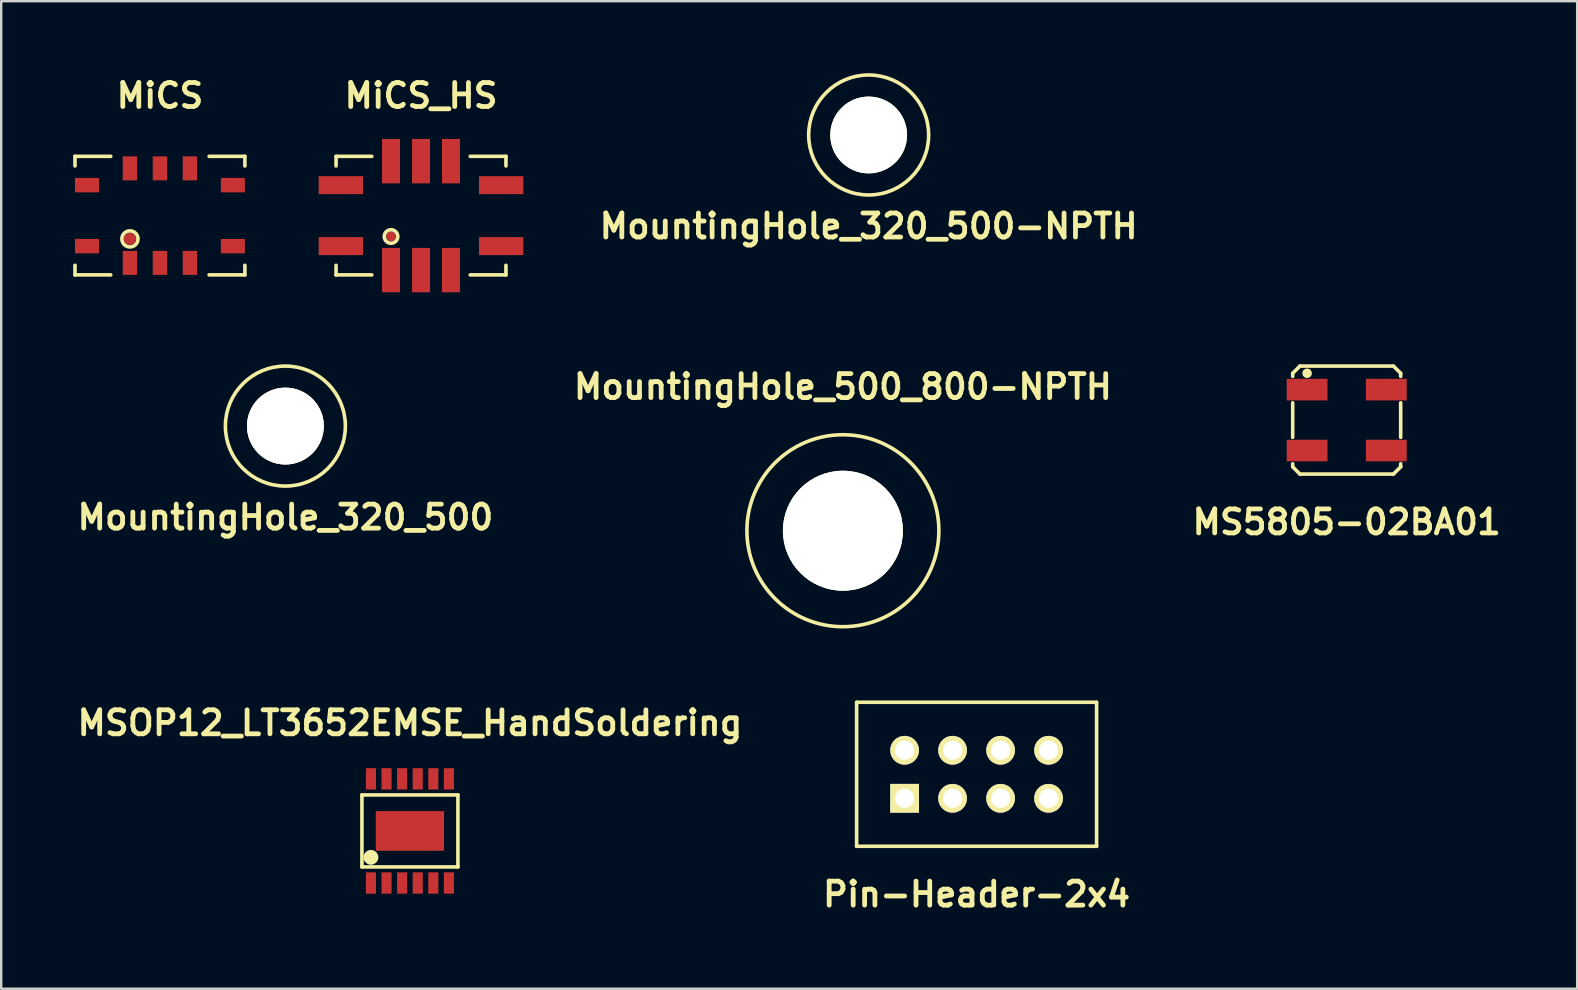
<source format=kicad_pcb>
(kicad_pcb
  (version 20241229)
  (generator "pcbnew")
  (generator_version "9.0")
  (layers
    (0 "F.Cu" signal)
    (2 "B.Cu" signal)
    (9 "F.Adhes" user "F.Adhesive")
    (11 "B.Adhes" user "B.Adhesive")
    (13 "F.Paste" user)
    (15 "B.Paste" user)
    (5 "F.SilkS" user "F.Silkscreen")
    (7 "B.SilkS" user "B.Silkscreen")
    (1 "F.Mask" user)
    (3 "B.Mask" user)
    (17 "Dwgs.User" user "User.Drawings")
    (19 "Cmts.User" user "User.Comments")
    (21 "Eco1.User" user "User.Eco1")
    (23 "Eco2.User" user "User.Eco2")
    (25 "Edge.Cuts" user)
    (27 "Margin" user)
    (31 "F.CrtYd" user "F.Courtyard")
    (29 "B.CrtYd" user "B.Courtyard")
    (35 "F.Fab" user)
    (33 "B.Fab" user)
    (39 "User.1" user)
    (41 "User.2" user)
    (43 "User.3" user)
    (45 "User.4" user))
  (footprint "MountingHole_320_500"
    (layer "F.Cu")
    (at 8.843 14.706)
    (property "Reference" "MountingHole_320_500" (at 0 3.8 0) (layer "F.SilkS") (effects (font (size 1 1) (thickness 0.2))))
    (attr through_hole)
    (fp_circle (center 0 0) (end 2.5 0) (stroke (width 0.15) (type solid)) (fill no) (layer "F.SilkS"))
    (pad "1" thru_hole circle (at 0 0) (size 3.2 3.2) (drill 3.2) (layers "*.Cu" "*.Mask" "F.SilkS")))
  (footprint "MountingHole_500_800-NPTH"
    (layer "F.Cu")
    (at 32.076 19.067)
    (property "Reference" "MountingHole_500_800-NPTH" (at 0 -6 0) (layer "F.SilkS") (effects (font (size 1 1) (thickness 0.2))))
    (attr through_hole)
    (fp_circle (center 0 0) (end 4 0) (stroke (width 0.15) (type solid)) (fill no) (layer "F.SilkS"))
    (pad "" np_thru_hole circle (at 0 0) (size 5 5) (drill 5) (layers "*.Cu" "*.Mask" "F.SilkS")))
  (footprint "Pin-Header-2x4"
    (layer "F.Cu")
    (at 37.648 29.217)
    (property "Reference" "Pin-Header-2x4" (at 0 5 0) (layer "F.SilkS") (effects (font (size 1 1) (thickness 0.2))))
    (attr through_hole)
    (fp_line (start -5.002 -3) (end 5.001 -3) (stroke (width 0.15) (type solid)) (layer "F.SilkS"))
    (fp_line (start -5.002 3) (end 5.001 3) (stroke (width 0.15) (type solid)) (layer "F.SilkS"))
    (fp_line (start -4.999 -3) (end -4.999 3) (stroke (width 0.15) (type solid)) (layer "F.SilkS"))
    (fp_line (start 5.001 -3) (end 5.001 3) (stroke (width 0.15) (type solid)) (layer "F.SilkS"))
    (pad "1" thru_hole rect (at -3 1.001) (size 1.2 1.2) (drill 0.8) (layers "*.Cu" "*.Mask" "F.SilkS"))
    (pad "2" thru_hole circle (at -3 -1.001) (size 1.2 1.2) (drill 0.8) (layers "*.Cu" "*.Mask" "F.SilkS"))
    (pad "3" thru_hole circle (at -1.001 1.001) (size 1.2 1.2) (drill 0.8) (layers "*.Cu" "*.Mask" "F.SilkS"))
    (pad "4" thru_hole circle (at -1.001 -1.001) (size 1.2 1.2) (drill 0.8) (layers "*.Cu" "*.Mask" "F.SilkS"))
    (pad "5" thru_hole circle (at 1 1.001) (size 1.2 1.2) (drill 0.8) (layers "*.Cu" "*.Mask" "F.SilkS"))
    (pad "6" thru_hole circle (at 1 -1.001) (size 1.2 1.2) (drill 0.8) (layers "*.Cu" "*.Mask" "F.SilkS"))
    (pad "7" thru_hole circle (at 2.999 1.001) (size 1.2 1.2) (drill 0.8) (layers "*.Cu" "*.Mask" "F.SilkS"))
    (pad "8" thru_hole circle (at 2.999 -1.001) (size 1.2 1.2) (drill 0.8) (layers "*.Cu" "*.Mask" "F.SilkS")))
  (footprint "MiCS_HS"
    (layer "F.Cu")
    (at 14.495 5.936)
    (property "Reference" "MiCS_HS" (at 0 -5 0) (layer "F.SilkS") (effects (font (size 1 1) (thickness 0.2))))
    (attr through_hole)
    (fp_line (start -3.54 -2.47) (end -3.54 -2.07) (stroke (width 0.15) (type solid)) (layer "F.SilkS"))
    (fp_line (start -3.54 2.47) (end -3.54 2.07) (stroke (width 0.15) (type solid)) (layer "F.SilkS"))
    (fp_line (start -2.05 -2.47) (end -3.54 -2.47) (stroke (width 0.15) (type solid)) (layer "F.SilkS"))
    (fp_line (start -2.05 2.47) (end -3.54 2.47) (stroke (width 0.15) (type solid)) (layer "F.SilkS"))
    (fp_line (start 2.05 -2.47) (end 3.54 -2.47) (stroke (width 0.15) (type solid)) (layer "F.SilkS"))
    (fp_line (start 2.05 2.47) (end 3.54 2.47) (stroke (width 0.15) (type solid)) (layer "F.SilkS"))
    (fp_line (start 3.54 -2.47) (end 3.54 -2.07) (stroke (width 0.15) (type solid)) (layer "F.SilkS"))
    (fp_line (start 3.54 2.47) (end 3.54 2.07) (stroke (width 0.15) (type solid)) (layer "F.SilkS"))
    (fp_circle (center -1.25 0.87) (end -1 1) (stroke (width 0.15) (type solid)) (fill no) (layer "F.SilkS"))
    (pad "" smd circle (at -1.25 0.87) (size 0.4 0.4) (layers "F.Cu" "F.Mask" "F.Paste"))
    (pad "A" smd rect (at -1.25 2.27) (size 0.75 1.85) (layers "F.Cu" "F.Mask" "F.Paste"))
    (pad "B" smd rect (at 0 2.27) (size 0.75 1.85) (layers "F.Cu" "F.Mask" "F.Paste"))
    (pad "C" smd rect (at 1.25 2.27) (size 0.75 1.85) (layers "F.Cu" "F.Mask" "F.Paste"))
    (pad "D" smd rect (at 3.34 1.27) (size 1.85 0.75) (layers "F.Cu" "F.Mask" "F.Paste"))
    (pad "E" smd rect (at 3.34 -1.27) (size 1.85 0.75) (layers "F.Cu" "F.Mask" "F.Paste"))
    (pad "F" smd rect (at 1.25 -2.27) (size 0.75 1.85) (layers "F.Cu" "F.Mask" "F.Paste"))
    (pad "G" smd rect (at 0 -2.27) (size 0.75 1.85) (layers "F.Cu" "F.Mask" "F.Paste"))
    (pad "H" smd rect (at -1.25 -2.27) (size 0.75 1.85) (layers "F.Cu" "F.Mask" "F.Paste"))
    (pad "J" smd rect (at -3.34 -1.27) (size 1.85 0.75) (layers "F.Cu" "F.Mask" "F.Paste"))
    (pad "K" smd rect (at -3.34 1.27) (size 1.85 0.75) (layers "F.Cu" "F.Mask" "F.Paste")))
  (footprint "MiCS"
    (layer "F.Cu")
    (at 3.615 5.936)
    (property "Reference" "MiCS" (at 0 -5 0) (layer "F.SilkS") (effects (font (size 1 1) (thickness 0.2))))
    (attr through_hole)
    (fp_line (start -3.54 -2.47) (end -3.54 -2.07) (stroke (width 0.15) (type solid)) (layer "F.SilkS"))
    (fp_line (start -3.54 2.47) (end -3.54 2.07) (stroke (width 0.15) (type solid)) (layer "F.SilkS"))
    (fp_line (start -2.05 -2.47) (end -3.54 -2.47) (stroke (width 0.15) (type solid)) (layer "F.SilkS"))
    (fp_line (start -2.05 2.47) (end -3.54 2.47) (stroke (width 0.15) (type solid)) (layer "F.SilkS"))
    (fp_line (start 2.05 -2.47) (end 3.54 -2.47) (stroke (width 0.15) (type solid)) (layer "F.SilkS"))
    (fp_line (start 2.05 2.47) (end 3.54 2.47) (stroke (width 0.15) (type solid)) (layer "F.SilkS"))
    (fp_line (start 3.54 -2.47) (end 3.54 -2.07) (stroke (width 0.15) (type solid)) (layer "F.SilkS"))
    (fp_line (start 3.54 2.47) (end 3.54 2.07) (stroke (width 0.15) (type solid)) (layer "F.SilkS"))
    (fp_circle (center -1.25 0.97) (end -1.1 1.27) (stroke (width 0.15) (type solid)) (fill no) (layer "F.SilkS"))
    (pad "" smd circle (at -1.25 0.97) (size 0.5 0.5) (layers "F.Cu" "F.Mask" "F.Paste"))
    (pad "A" smd rect (at -1.25 1.97) (size 0.6 1) (layers "F.Cu" "F.Mask" "F.Paste"))
    (pad "B" smd rect (at 0 1.97) (size 0.6 1) (layers "F.Cu" "F.Mask" "F.Paste"))
    (pad "C" smd rect (at 1.25 1.97) (size 0.6 1) (layers "F.Cu" "F.Mask" "F.Paste"))
    (pad "D" smd rect (at 3.04 1.27) (size 1 0.6) (layers "F.Cu" "F.Mask" "F.Paste"))
    (pad "E" smd rect (at 3.04 -1.27) (size 1 0.6) (layers "F.Cu" "F.Mask" "F.Paste"))
    (pad "F" smd rect (at 1.25 -1.97) (size 0.6 1) (layers "F.Cu" "F.Mask" "F.Paste"))
    (pad "G" smd rect (at 0 -1.97) (size 0.6 1) (layers "F.Cu" "F.Mask" "F.Paste"))
    (pad "H" smd rect (at -1.25 -1.97) (size 0.6 1) (layers "F.Cu" "F.Mask" "F.Paste"))
    (pad "J" smd rect (at -3.04 -1.27) (size 1 0.6) (layers "F.Cu" "F.Mask" "F.Paste"))
    (pad "K" smd rect (at -3.04 1.27) (size 1 0.6) (layers "F.Cu" "F.Mask" "F.Paste")))
  (footprint "MSOP12_LT3652EMSE_HandSoldering"
    (layer "F.Cu")
    (at 14.033 31.578)
    (property "Reference" "MSOP12_LT3652EMSE_HandSoldering" (at 0 -4.5 0) (layer "F.SilkS") (effects (font (size 1 1) (thickness 0.2))))
    (attr through_hole)
    (fp_line (start -2 1.5) (end -2 -1.5) (stroke (width 0.15) (type solid)) (layer "F.SilkS"))
    (fp_line (start 2 -1.5) (end -2 -1.5) (stroke (width 0.15) (type solid)) (layer "F.SilkS"))
    (fp_line (start 2 -1.5) (end 2 1.5) (stroke (width 0.15) (type solid)) (layer "F.SilkS"))
    (fp_line (start 2 1.5) (end -2 1.5) (stroke (width 0.15) (type solid)) (layer "F.SilkS"))
    (fp_circle (center -1.625 1.1) (end -1.635 1.1) (stroke (width 0.3) (type solid)) (fill no) (layer "F.SilkS"))
    (pad "1" smd rect (at -1.625 2.17) (size 0.42 0.889) (layers "F.Cu" "F.Mask" "F.Paste"))
    (pad "2" smd rect (at -0.975 2.17) (size 0.42 0.889) (layers "F.Cu" "F.Mask" "F.Paste"))
    (pad "3" smd rect (at -0.325 2.17) (size 0.42 0.889) (layers "F.Cu" "F.Mask" "F.Paste"))
    (pad "4" smd rect (at 0.325 2.17) (size 0.42 0.889) (layers "F.Cu" "F.Mask" "F.Paste"))
    (pad "5" smd rect (at 0.975 2.17) (size 0.42 0.889) (layers "F.Cu" "F.Mask" "F.Paste"))
    (pad "6" smd rect (at 1.625 2.17) (size 0.42 0.889) (layers "F.Cu" "F.Mask" "F.Paste"))
    (pad "7" smd rect (at 1.625 -2.17) (size 0.42 0.889) (layers "F.Cu" "F.Mask" "F.Paste"))
    (pad "8" smd rect (at 0.975 -2.17) (size 0.42 0.889) (layers "F.Cu" "F.Mask" "F.Paste"))
    (pad "9" smd rect (at 0.325 -2.17) (size 0.42 0.889) (layers "F.Cu" "F.Mask" "F.Paste"))
    (pad "10" smd rect (at -0.325 -2.17) (size 0.42 0.889) (layers "F.Cu" "F.Mask" "F.Paste"))
    (pad "11" smd rect (at -0.975 -2.17) (size 0.42 0.889) (layers "F.Cu" "F.Mask" "F.Paste"))
    (pad "12" smd rect (at -1.625 -2.17) (size 0.42 0.889) (layers "F.Cu" "F.Mask" "F.Paste"))
    (pad "13" smd rect (at 0 0) (size 2.845 1.651) (layers "F.Cu" "F.Mask" "F.Paste")))
  (footprint "MountingHole_320_500-NPTH"
    (layer "F.Cu")
    (at 33.15 2.575)
    (property "Reference" "MountingHole_320_500-NPTH" (at 0 3.8 0) (layer "F.SilkS") (effects (font (size 1 1) (thickness 0.2))))
    (attr through_hole)
    (fp_circle (center 0 0) (end 2.5 0) (stroke (width 0.15) (type solid)) (fill no) (layer "F.SilkS"))
    (pad "" np_thru_hole circle (at 0 0) (size 3.2 3.2) (drill 3.2) (layers "*.Cu" "*.Mask" "F.SilkS")))
  (footprint "MS5805-02BA01"
    (layer "F.Cu")
    (at 53.071 14.456)
    (property "Reference" "MS5805-02BA01" (at 0 4.25 0) (layer "F.SilkS") (effects (font (size 1 1) (thickness 0.2))))
    (attr through_hole)
    (fp_line (start -2.25 -1.95) (end -2.25 -1.82) (stroke (width 0.15) (type solid)) (layer "F.SilkS"))
    (fp_line (start -2.25 -1.95) (end -1.95 -2.25) (stroke (width 0.15) (type solid)) (layer "F.SilkS"))
    (fp_line (start -2.25 -0.72) (end -2.25 0.72) (stroke (width 0.15) (type solid)) (layer "F.SilkS"))
    (fp_line (start -2.25 1.82) (end -2.25 1.95) (stroke (width 0.15) (type solid)) (layer "F.SilkS"))
    (fp_line (start -2.25 1.95) (end -1.95 2.25) (stroke (width 0.15) (type solid)) (layer "F.SilkS"))
    (fp_line (start -1.95 2.25) (end 1.95 2.25) (stroke (width 0.15) (type solid)) (layer "F.SilkS"))
    (fp_line (start 1.95 -2.25) (end -1.95 -2.25) (stroke (width 0.15) (type solid)) (layer "F.SilkS"))
    (fp_line (start 1.95 2.25) (end 2.25 1.95) (stroke (width 0.15) (type solid)) (layer "F.SilkS"))
    (fp_line (start 2.25 -1.95) (end 1.95 -2.25) (stroke (width 0.15) (type solid)) (layer "F.SilkS"))
    (fp_line (start 2.25 -1.95) (end 2.25 -1.82) (stroke (width 0.15) (type solid)) (layer "F.SilkS"))
    (fp_line (start 2.25 -0.72) (end 2.25 0.72) (stroke (width 0.15) (type solid)) (layer "F.SilkS"))
    (fp_line (start 2.25 1.82) (end 2.25 1.95) (stroke (width 0.15) (type solid)) (layer "F.SilkS"))
    (fp_circle (center -1.65 -1.95) (end -1.55 -1.95) (stroke (width 0.2) (type solid)) (fill no) (layer "F.SilkS"))
    (pad "1" smd rect (at -1.65 -1.27) (size 1.7 0.9) (layers "F.Cu" "F.Mask" "F.Paste"))
    (pad "2" smd rect (at -1.65 1.27) (size 1.7 0.9) (layers "F.Cu" "F.Mask" "F.Paste"))
    (pad "3" smd rect (at 1.65 1.27) (size 1.7 0.9) (layers "F.Cu" "F.Mask" "F.Paste"))
    (pad "4" smd rect (at 1.65 -1.27) (size 1.7 0.9) (layers "F.Cu" "F.Mask" "F.Paste")))
  (gr_rect
    (start -3 -3)
    (end 62.676 38.153)
    (stroke (width 0.1) (type default))
    (fill no)
    (layer "Edge.Cuts")))
</source>
